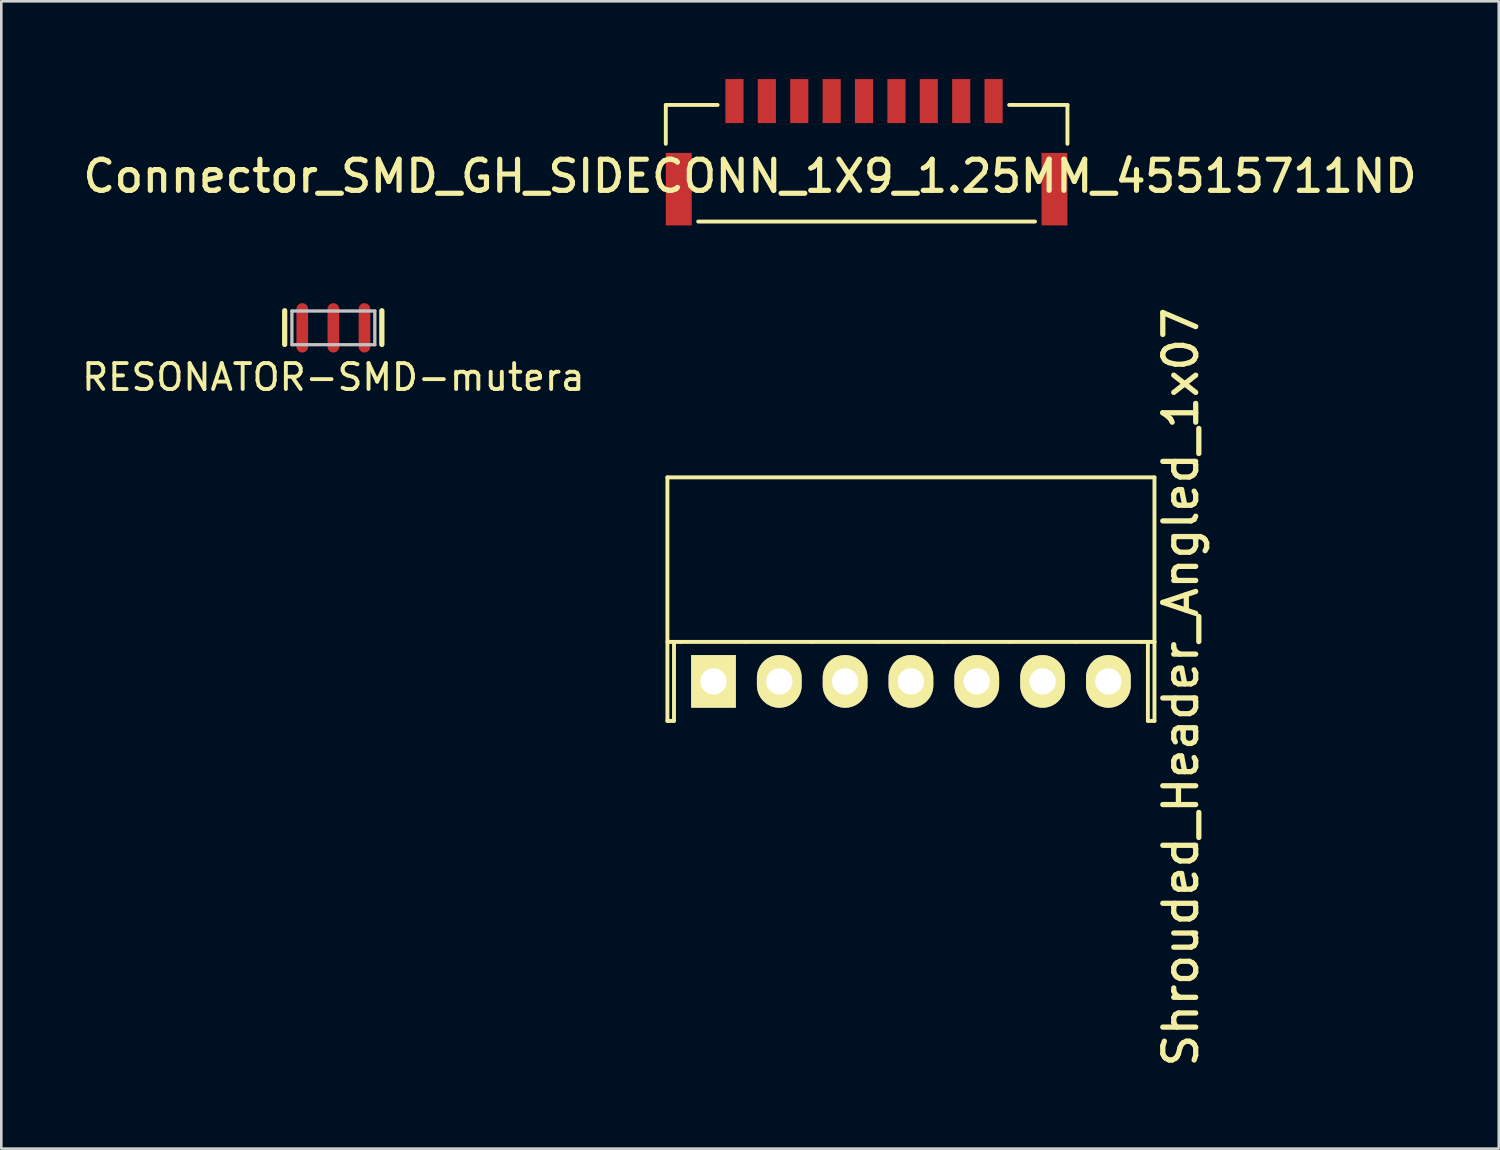
<source format=kicad_pcb>
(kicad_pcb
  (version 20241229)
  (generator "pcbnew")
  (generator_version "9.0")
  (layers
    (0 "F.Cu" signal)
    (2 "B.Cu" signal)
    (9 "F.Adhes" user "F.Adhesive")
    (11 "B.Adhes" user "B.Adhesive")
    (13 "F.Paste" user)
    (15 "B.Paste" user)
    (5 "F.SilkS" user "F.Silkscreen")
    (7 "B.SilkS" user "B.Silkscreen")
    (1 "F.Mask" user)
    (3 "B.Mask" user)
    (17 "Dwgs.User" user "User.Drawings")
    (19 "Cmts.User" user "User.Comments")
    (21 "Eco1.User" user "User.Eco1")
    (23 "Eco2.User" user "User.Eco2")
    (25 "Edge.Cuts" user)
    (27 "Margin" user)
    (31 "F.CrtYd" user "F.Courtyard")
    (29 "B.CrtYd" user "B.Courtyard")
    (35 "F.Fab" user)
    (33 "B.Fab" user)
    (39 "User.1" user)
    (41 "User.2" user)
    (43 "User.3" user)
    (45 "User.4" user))
  (footprint "RESONATOR-SMD-mutera"
    (layer "F.Cu")
    (at 9.815 9.602)
    (property "Reference" "RESONATOR-SMD-mutera" (at 0 1.905 0) (layer "F.SilkS") (effects (font (size 1 1) (thickness 0.15))))
    (attr through_hole)
    (fp_poly (pts (xy -1.75 0.77) (xy 1.745 0.77) (xy 1.745 -0.765) (xy -1.75 -0.765)) (stroke (width 0.15) (type solid)) (fill yes) (layer "F.Mask"))
    (fp_line (start -1.879 0.64) (end -1.879 -0.66) (stroke (width 0.203) (type solid)) (layer "F.SilkS"))
    (fp_line (start 1.871 -0.66) (end 1.871 0.64) (stroke (width 0.203) (type solid)) (layer "F.SilkS"))
    (fp_line (start -1.6 -0.65) (end 1.6 -0.65) (stroke (width 0.127) (type solid)) (layer "Dwgs.User"))
    (fp_line (start -1.6 0.65) (end -1.6 -0.65) (stroke (width 0.127) (type solid)) (layer "Dwgs.User"))
    (fp_line (start 1.6 -0.65) (end 1.6 0.65) (stroke (width 0.127) (type solid)) (layer "Dwgs.User"))
    (fp_line (start 1.6 0.65) (end -1.6 0.65) (stroke (width 0.127) (type solid)) (layer "Dwgs.User"))
    (pad "1" smd oval (at -1.2 0) (size 0.45 1.905) (layers "F.Cu" "F.Mask" "F.Paste"))
    (pad "2" smd oval (at 0 0) (size 0.45 1.905) (layers "F.Cu" "F.Mask" "F.Paste"))
    (pad "3" smd oval (at 1.2 0) (size 0.45 1.905) (layers "F.Cu" "F.Mask" "F.Paste")))
  (footprint "Shrouded_Header_Angled_1x07"
    (layer "F.Cu")
    (at 32.104 23.246)
    (property "Reference" "Shrouded_Header_Angled_1x07" (at 10.412 0.217 90) (layer "F.SilkS") (effects (font (size 1.27 1.27) (thickness 0.203))))
    (attr through_hole)
    (fp_line (start -9.398 -7.874) (end 9.398 -7.874) (stroke (width 0.15) (type solid)) (layer "F.SilkS"))
    (fp_line (start -9.398 1.524) (end -9.398 -7.874) (stroke (width 0.15) (type solid)) (layer "F.SilkS"))
    (fp_line (start -9.144 -1.524) (end -9.398 -1.524) (stroke (width 0.15) (type solid)) (layer "F.SilkS"))
    (fp_line (start -9.144 -1.524) (end -9.144 1.524) (stroke (width 0.15) (type solid)) (layer "F.SilkS"))
    (fp_line (start -9.144 1.524) (end -9.398 1.524) (stroke (width 0.15) (type solid)) (layer "F.SilkS"))
    (fp_line (start -8.89 -1.524) (end -9.144 -1.524) (stroke (width 0.15) (type solid)) (layer "F.SilkS"))
    (fp_line (start -8.89 -1.524) (end -6.35 -1.524) (stroke (width 0.15) (type solid)) (layer "F.SilkS"))
    (fp_line (start -6.35 -1.524) (end -3.81 -1.524) (stroke (width 0.15) (type solid)) (layer "F.SilkS"))
    (fp_line (start -3.81 -1.524) (end -1.27 -1.524) (stroke (width 0.15) (type solid)) (layer "F.SilkS"))
    (fp_line (start -1.27 -1.524) (end 1.27 -1.524) (stroke (width 0.15) (type solid)) (layer "F.SilkS"))
    (fp_line (start 1.27 -1.524) (end 3.81 -1.524) (stroke (width 0.15) (type solid)) (layer "F.SilkS"))
    (fp_line (start 3.81 -1.524) (end 6.35 -1.524) (stroke (width 0.15) (type solid)) (layer "F.SilkS"))
    (fp_line (start 6.35 -1.524) (end 8.89 -1.524) (stroke (width 0.15) (type solid)) (layer "F.SilkS"))
    (fp_line (start 8.89 -1.524) (end 9.398 -1.524) (stroke (width 0.15) (type solid)) (layer "F.SilkS"))
    (fp_line (start 9.144 1.524) (end 9.144 -1.524) (stroke (width 0.15) (type solid)) (layer "F.SilkS"))
    (fp_line (start 9.144 1.524) (end 9.398 1.524) (stroke (width 0.15) (type solid)) (layer "F.SilkS"))
    (fp_line (start 9.398 -1.524) (end 9.398 -7.874) (stroke (width 0.15) (type solid)) (layer "F.SilkS"))
    (fp_line (start 9.398 -1.524) (end 9.398 1.524) (stroke (width 0.15) (type solid)) (layer "F.SilkS"))
    (pad "1" thru_hole rect (at -7.62 0) (size 1.727 2.032) (drill 1.016) (layers "*.Cu" "*.Mask" "F.SilkS"))
    (pad "2" thru_hole oval (at -5.08 0) (size 1.727 2.032) (drill 1.016) (layers "*.Cu" "*.Mask" "F.SilkS"))
    (pad "3" thru_hole oval (at -2.54 0) (size 1.727 2.032) (drill 1.016) (layers "*.Cu" "*.Mask" "F.SilkS"))
    (pad "4" thru_hole oval (at 0 0) (size 1.727 2.032) (drill 1.016) (layers "*.Cu" "*.Mask" "F.SilkS"))
    (pad "5" thru_hole oval (at 2.54 0) (size 1.727 2.032) (drill 1.016) (layers "*.Cu" "*.Mask" "F.SilkS"))
    (pad "6" thru_hole oval (at 5.08 0) (size 1.727 2.032) (drill 1.016) (layers "*.Cu" "*.Mask" "F.SilkS"))
    (pad "7" thru_hole oval (at 7.62 0) (size 1.727 2.032) (drill 1.016) (layers "*.Cu" "*.Mask" "F.SilkS")))
  (footprint "Connector_SMD_GH_SIDECONN_1X9_1.25MM_45515711ND"
    (layer "F.Cu")
    (at 30.294 4.25)
    (property "Reference" "Connector_SMD_GH_SIDECONN_1X9_1.25MM_45515711ND" (at -4.4 -0.5 0) (layer "F.SilkS") (effects (font (size 1.2 1.2) (thickness 0.2))))
    (attr through_hole)
    (fp_line (start -7.65 -3.25) (end -5.65 -3.25) (stroke (width 0.15) (type solid)) (layer "F.SilkS"))
    (fp_line (start -7.65 -1.75) (end -7.65 -3.25) (stroke (width 0.15) (type solid)) (layer "F.SilkS"))
    (fp_line (start -6.4 1.25) (end 6.6 1.25) (stroke (width 0.15) (type solid)) (layer "F.SilkS"))
    (fp_line (start 5.6 -3.25) (end 7.85 -3.25) (stroke (width 0.15) (type solid)) (layer "F.SilkS"))
    (fp_line (start 7.85 -3.25) (end 7.85 -1.75) (stroke (width 0.15) (type solid)) (layer "F.SilkS"))
    (pad "" smd rect (at -7.15 0) (size 1 2.8) (layers "F.Cu" "F.Mask" "F.Paste"))
    (pad "" smd rect (at 7.35 0) (size 1 2.8) (layers "F.Cu" "F.Mask" "F.Paste"))
    (pad "1" smd rect (at -5 -3.4) (size 0.7 1.7) (layers "F.Cu" "F.Mask" "F.Paste"))
    (pad "2" smd rect (at -3.75 -3.4) (size 0.7 1.7) (layers "F.Cu" "F.Mask" "F.Paste"))
    (pad "3" smd rect (at -2.5 -3.4) (size 0.7 1.7) (layers "F.Cu" "F.Mask" "F.Paste"))
    (pad "4" smd rect (at -1.25 -3.4) (size 0.7 1.7) (layers "F.Cu" "F.Mask" "F.Paste"))
    (pad "5" smd rect (at 0 -3.4) (size 0.7 1.7) (layers "F.Cu" "F.Mask" "F.Paste"))
    (pad "6" smd rect (at 1.25 -3.4) (size 0.7 1.7) (layers "F.Cu" "F.Mask" "F.Paste"))
    (pad "7" smd rect (at 2.5 -3.4) (size 0.7 1.7) (layers "F.Cu" "F.Mask" "F.Paste"))
    (pad "8" smd rect (at 3.75 -3.4) (size 0.7 1.7) (layers "F.Cu" "F.Mask" "F.Paste"))
    (pad "9" smd rect (at 5 -3.4) (size 0.7 1.7) (layers "F.Cu" "F.Mask" "F.Paste")))
  (gr_rect
    (start -3 -3)
    (end 54.789 41.276)
    (stroke (width 0.1) (type default))
    (fill no)
    (layer "Edge.Cuts")))
</source>
